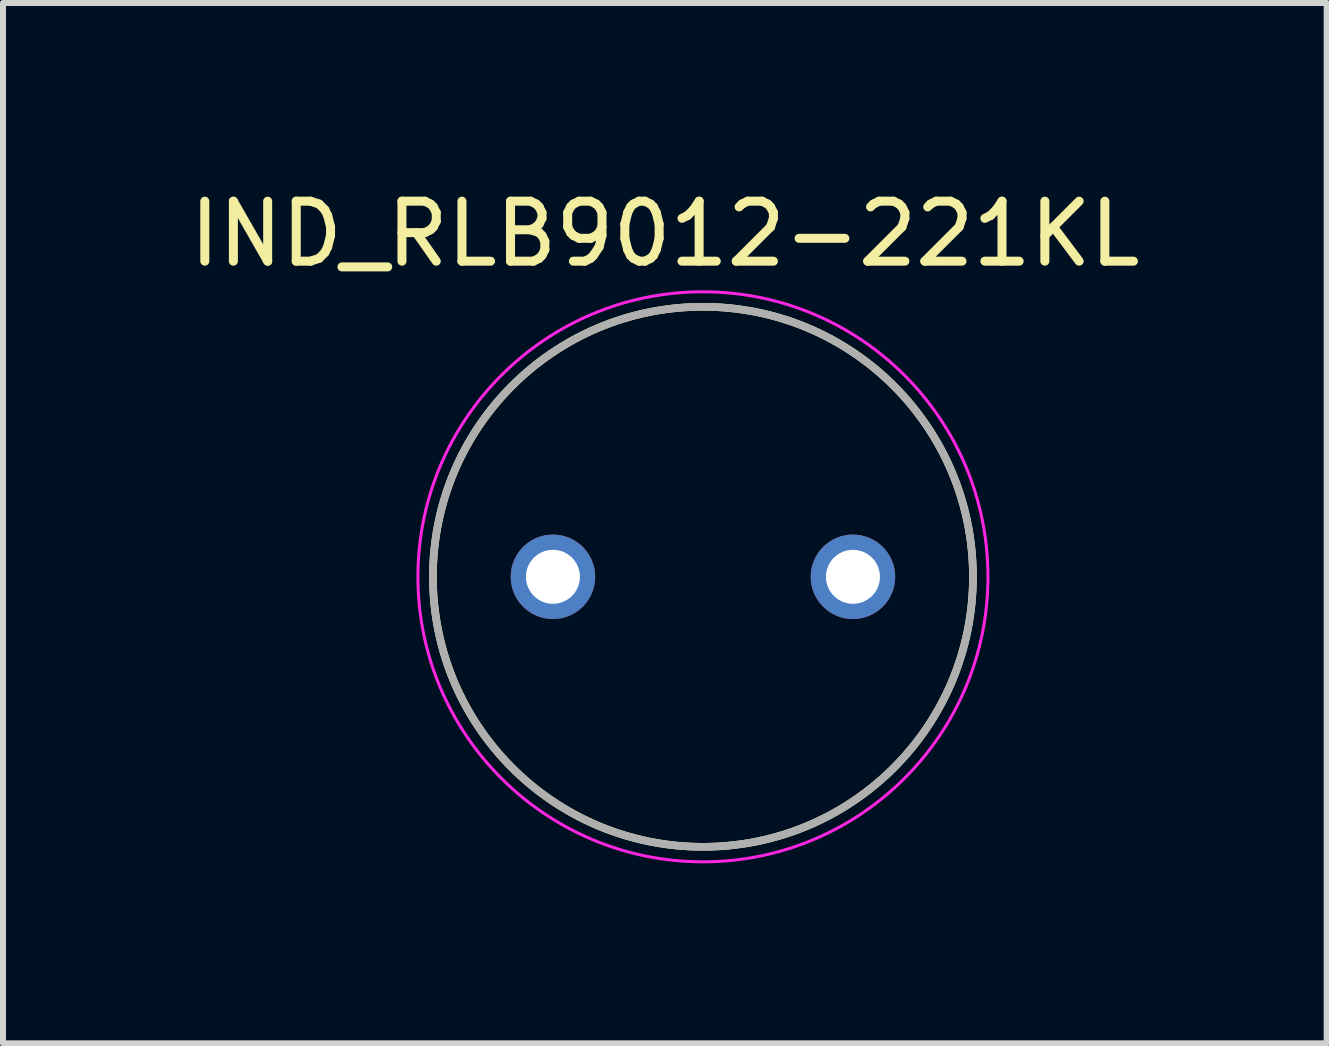
<source format=kicad_pcb>
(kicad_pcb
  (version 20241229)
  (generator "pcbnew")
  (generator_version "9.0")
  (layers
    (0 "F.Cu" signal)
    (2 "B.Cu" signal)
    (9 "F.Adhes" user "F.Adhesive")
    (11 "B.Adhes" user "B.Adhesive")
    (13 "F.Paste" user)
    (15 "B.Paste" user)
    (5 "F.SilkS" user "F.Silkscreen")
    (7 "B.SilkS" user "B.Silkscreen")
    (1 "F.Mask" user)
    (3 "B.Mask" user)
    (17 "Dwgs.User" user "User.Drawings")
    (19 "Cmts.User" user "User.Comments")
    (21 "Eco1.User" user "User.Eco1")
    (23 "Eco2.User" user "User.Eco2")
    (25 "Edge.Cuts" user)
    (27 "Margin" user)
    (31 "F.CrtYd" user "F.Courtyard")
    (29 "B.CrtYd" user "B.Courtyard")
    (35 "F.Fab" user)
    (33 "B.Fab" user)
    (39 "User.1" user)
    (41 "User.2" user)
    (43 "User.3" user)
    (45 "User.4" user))
  (footprint "IND_RLB9012-221KL"
    (layer "F.Cu")
    (at 8.665 6.563)
    (property "Reference" "IND_RLB9012-221KL" (at -0.635 -5.715 0) (layer "F.SilkS") (effects (font (size 1 1) (thickness 0.15))))
    (attr through_hole)
    (fp_circle (center 0 0) (end 4.5 0) (stroke (width 0.127) (type solid)) (fill no) (layer "F.SilkS"))
    (fp_circle (center 0 0) (end 4.75 0) (stroke (width 0.05) (type solid)) (fill no) (layer "F.CrtYd"))
    (fp_circle (center 0 0) (end 4.5 0) (stroke (width 0.127) (type solid)) (fill no) (layer "F.Fab"))
    (pad "1" thru_hole circle (at -2.5 0) (size 1.408 1.408) (drill 0.9) (layers "*.Cu" "*.Mask"))
    (pad "2" thru_hole circle (at 2.5 0) (size 1.408 1.408) (drill 0.9) (layers "*.Cu" "*.Mask")))
  (gr_rect
    (start -3 -3)
    (end 19.06 14.338)
    (stroke (width 0.1) (type default))
    (fill no)
    (layer "Edge.Cuts")))
</source>
